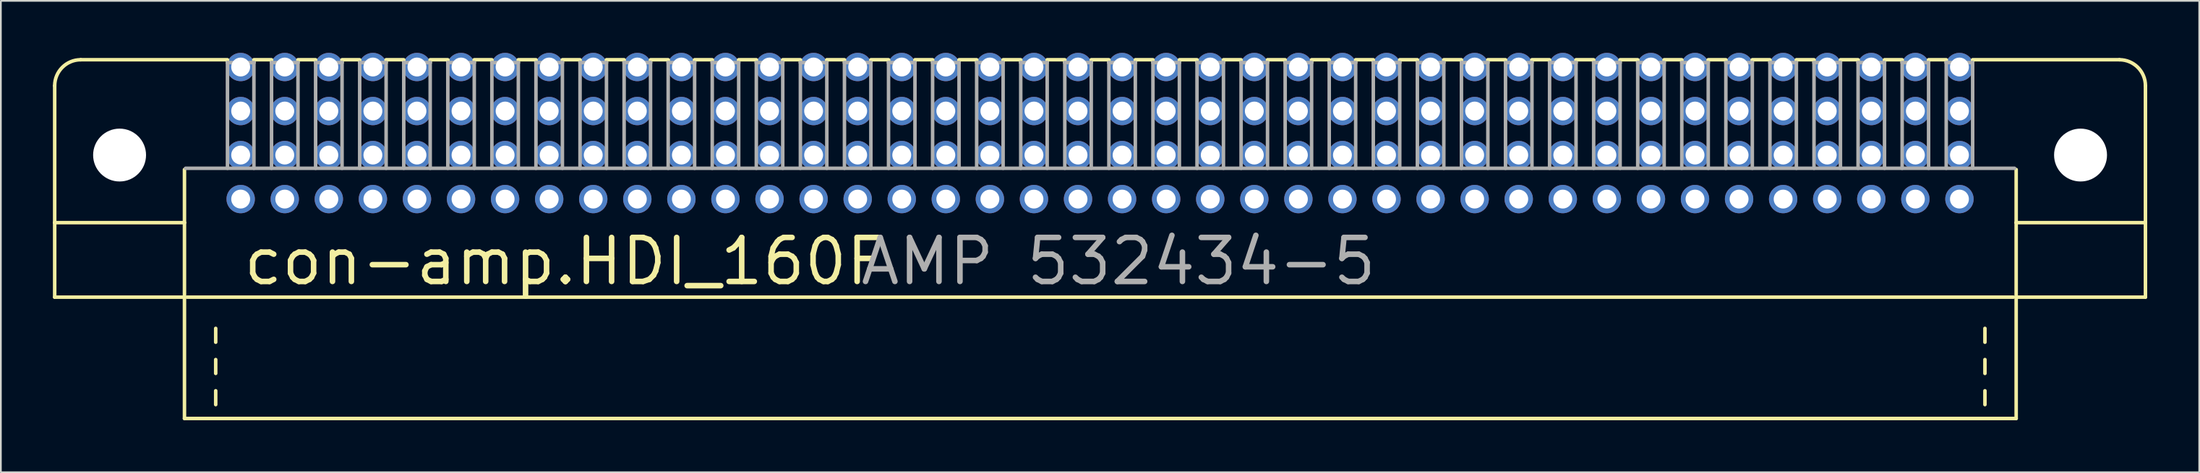
<source format=kicad_pcb>
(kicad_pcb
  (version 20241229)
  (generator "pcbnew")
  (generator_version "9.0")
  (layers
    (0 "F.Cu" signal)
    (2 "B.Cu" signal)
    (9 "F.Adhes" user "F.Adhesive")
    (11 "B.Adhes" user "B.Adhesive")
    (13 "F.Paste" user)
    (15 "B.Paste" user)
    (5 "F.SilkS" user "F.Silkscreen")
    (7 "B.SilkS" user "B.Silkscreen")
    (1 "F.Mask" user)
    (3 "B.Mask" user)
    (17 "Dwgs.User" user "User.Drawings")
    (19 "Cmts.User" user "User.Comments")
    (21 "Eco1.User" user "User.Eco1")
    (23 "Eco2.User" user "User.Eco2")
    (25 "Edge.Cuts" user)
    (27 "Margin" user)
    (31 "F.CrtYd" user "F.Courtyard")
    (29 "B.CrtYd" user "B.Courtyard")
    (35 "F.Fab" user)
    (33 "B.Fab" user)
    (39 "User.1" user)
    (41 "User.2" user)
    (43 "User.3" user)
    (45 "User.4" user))
  (footprint "con-amp.HDI_160F"
    (layer "F.Cu")
    (at 60.352 5.897)
    (property "Reference" "con-amp.HDI_160F" (at -49.53 7.62 0) (layer "F.SilkS") (effects (font (size 2.54 2.54) (thickness 0.32)) (justify left bottom)))
    (attr through_hole)
    (fp_line (start -60.25 3.9) (end -60.25 -4) (stroke (width 0.203) (type default)) (layer "F.SilkS"))
    (fp_line (start -60.25 8.2) (end -60.25 3.9) (stroke (width 0.203) (type default)) (layer "F.SilkS"))
    (fp_line (start -58.75 -5.5) (end -50.292 -5.5) (stroke (width 0.203) (type default)) (layer "F.SilkS"))
    (fp_line (start -52.77 3.9) (end -60.25 3.9) (stroke (width 0.203) (type default)) (layer "F.SilkS"))
    (fp_line (start -52.77 3.9) (end -52.77 0.834) (stroke (width 0.203) (type default)) (layer "F.SilkS"))
    (fp_line (start -52.77 8.2) (end -60.25 8.2) (stroke (width 0.203) (type default)) (layer "F.SilkS"))
    (fp_line (start -52.77 8.2) (end -52.77 3.9) (stroke (width 0.203) (type default)) (layer "F.SilkS"))
    (fp_line (start -52.77 15.2) (end -52.77 8.2) (stroke (width 0.203) (type default)) (layer "F.SilkS"))
    (fp_line (start -50.97 10.8) (end -50.97 10) (stroke (width 0.203) (type default)) (layer "F.SilkS"))
    (fp_line (start -50.97 12.6) (end -50.97 11.8) (stroke (width 0.203) (type default)) (layer "F.SilkS"))
    (fp_line (start -50.97 14.4) (end -50.97 13.6) (stroke (width 0.203) (type default)) (layer "F.SilkS"))
    (fp_line (start -50.292 -5.461) (end -50.292 -5.334) (stroke (width 0.203) (type default)) (layer "F.SilkS"))
    (fp_line (start -48.768 -5.5) (end -47.752 -5.5) (stroke (width 0.203) (type default)) (layer "F.SilkS"))
    (fp_line (start -48.768 -5.334) (end -48.768 -5.461) (stroke (width 0.203) (type default)) (layer "F.SilkS"))
    (fp_line (start -47.752 -5.461) (end -47.752 -5.334) (stroke (width 0.203) (type default)) (layer "F.SilkS"))
    (fp_line (start -46.228 -5.5) (end -45.212 -5.5) (stroke (width 0.203) (type default)) (layer "F.SilkS"))
    (fp_line (start -46.228 -5.334) (end -46.228 -5.461) (stroke (width 0.203) (type default)) (layer "F.SilkS"))
    (fp_line (start -45.212 -5.461) (end -45.212 -5.334) (stroke (width 0.203) (type default)) (layer "F.SilkS"))
    (fp_line (start -43.688 -5.5) (end -42.672 -5.5) (stroke (width 0.203) (type default)) (layer "F.SilkS"))
    (fp_line (start -43.688 -5.334) (end -43.688 -5.461) (stroke (width 0.203) (type default)) (layer "F.SilkS"))
    (fp_line (start -42.672 -5.461) (end -42.672 -5.334) (stroke (width 0.203) (type default)) (layer "F.SilkS"))
    (fp_line (start -41.148 -5.5) (end -40.132 -5.5) (stroke (width 0.203) (type default)) (layer "F.SilkS"))
    (fp_line (start -41.148 -5.334) (end -41.148 -5.461) (stroke (width 0.203) (type default)) (layer "F.SilkS"))
    (fp_line (start -40.132 -5.461) (end -40.132 -5.334) (stroke (width 0.203) (type default)) (layer "F.SilkS"))
    (fp_line (start -38.608 -5.5) (end -37.592 -5.5) (stroke (width 0.203) (type default)) (layer "F.SilkS"))
    (fp_line (start -38.608 -5.334) (end -38.608 -5.461) (stroke (width 0.203) (type default)) (layer "F.SilkS"))
    (fp_line (start -37.592 -5.461) (end -37.592 -5.334) (stroke (width 0.203) (type default)) (layer "F.SilkS"))
    (fp_line (start -36.068 -5.5) (end -35.052 -5.5) (stroke (width 0.203) (type default)) (layer "F.SilkS"))
    (fp_line (start -36.068 -5.334) (end -36.068 -5.461) (stroke (width 0.203) (type default)) (layer "F.SilkS"))
    (fp_line (start -35.052 -5.461) (end -35.052 -5.334) (stroke (width 0.203) (type default)) (layer "F.SilkS"))
    (fp_line (start -33.528 -5.5) (end -32.512 -5.5) (stroke (width 0.203) (type default)) (layer "F.SilkS"))
    (fp_line (start -33.528 -5.334) (end -33.528 -5.461) (stroke (width 0.203) (type default)) (layer "F.SilkS"))
    (fp_line (start -32.512 -5.461) (end -32.512 -5.334) (stroke (width 0.203) (type default)) (layer "F.SilkS"))
    (fp_line (start -30.988 -5.5) (end -29.972 -5.5) (stroke (width 0.203) (type default)) (layer "F.SilkS"))
    (fp_line (start -30.988 -5.334) (end -30.988 -5.461) (stroke (width 0.203) (type default)) (layer "F.SilkS"))
    (fp_line (start -29.972 -5.461) (end -29.972 -5.334) (stroke (width 0.203) (type default)) (layer "F.SilkS"))
    (fp_line (start -28.448 -5.5) (end -27.432 -5.5) (stroke (width 0.203) (type default)) (layer "F.SilkS"))
    (fp_line (start -28.448 -5.334) (end -28.448 -5.461) (stroke (width 0.203) (type default)) (layer "F.SilkS"))
    (fp_line (start -27.432 -5.461) (end -27.432 -5.334) (stroke (width 0.203) (type default)) (layer "F.SilkS"))
    (fp_line (start -25.908 -5.5) (end -24.892 -5.5) (stroke (width 0.203) (type default)) (layer "F.SilkS"))
    (fp_line (start -25.908 -5.334) (end -25.908 -5.461) (stroke (width 0.203) (type default)) (layer "F.SilkS"))
    (fp_line (start -24.892 -5.461) (end -24.892 -5.334) (stroke (width 0.203) (type default)) (layer "F.SilkS"))
    (fp_line (start -23.368 -5.5) (end -22.352 -5.5) (stroke (width 0.203) (type default)) (layer "F.SilkS"))
    (fp_line (start -23.368 -5.334) (end -23.368 -5.461) (stroke (width 0.203) (type default)) (layer "F.SilkS"))
    (fp_line (start -22.352 -5.461) (end -22.352 -5.334) (stroke (width 0.203) (type default)) (layer "F.SilkS"))
    (fp_line (start -20.828 -5.5) (end -19.812 -5.5) (stroke (width 0.203) (type default)) (layer "F.SilkS"))
    (fp_line (start -20.828 -5.334) (end -20.828 -5.461) (stroke (width 0.203) (type default)) (layer "F.SilkS"))
    (fp_line (start -19.812 -5.461) (end -19.812 -5.334) (stroke (width 0.203) (type default)) (layer "F.SilkS"))
    (fp_line (start -18.288 -5.5) (end -17.272 -5.5) (stroke (width 0.203) (type default)) (layer "F.SilkS"))
    (fp_line (start -18.288 -5.334) (end -18.288 -5.461) (stroke (width 0.203) (type default)) (layer "F.SilkS"))
    (fp_line (start -17.272 -5.461) (end -17.272 -5.334) (stroke (width 0.203) (type default)) (layer "F.SilkS"))
    (fp_line (start -15.748 -5.5) (end -14.732 -5.5) (stroke (width 0.203) (type default)) (layer "F.SilkS"))
    (fp_line (start -15.748 -5.334) (end -15.748 -5.461) (stroke (width 0.203) (type default)) (layer "F.SilkS"))
    (fp_line (start -14.732 -5.461) (end -14.732 -5.334) (stroke (width 0.203) (type default)) (layer "F.SilkS"))
    (fp_line (start -13.208 -5.5) (end -12.192 -5.5) (stroke (width 0.203) (type default)) (layer "F.SilkS"))
    (fp_line (start -13.208 -5.334) (end -13.208 -5.461) (stroke (width 0.203) (type default)) (layer "F.SilkS"))
    (fp_line (start -12.192 -5.461) (end -12.192 -5.334) (stroke (width 0.203) (type default)) (layer "F.SilkS"))
    (fp_line (start -10.668 -5.5) (end -9.652 -5.5) (stroke (width 0.203) (type default)) (layer "F.SilkS"))
    (fp_line (start -10.668 -5.334) (end -10.668 -5.461) (stroke (width 0.203) (type default)) (layer "F.SilkS"))
    (fp_line (start -9.652 -5.461) (end -9.652 -5.334) (stroke (width 0.203) (type default)) (layer "F.SilkS"))
    (fp_line (start -8.128 -5.5) (end -7.112 -5.5) (stroke (width 0.203) (type default)) (layer "F.SilkS"))
    (fp_line (start -8.128 -5.334) (end -8.128 -5.461) (stroke (width 0.203) (type default)) (layer "F.SilkS"))
    (fp_line (start -7.112 -5.461) (end -7.112 -5.334) (stroke (width 0.203) (type default)) (layer "F.SilkS"))
    (fp_line (start -5.588 -5.5) (end -4.572 -5.5) (stroke (width 0.203) (type default)) (layer "F.SilkS"))
    (fp_line (start -5.588 -5.334) (end -5.588 -5.461) (stroke (width 0.203) (type default)) (layer "F.SilkS"))
    (fp_line (start -4.572 -5.461) (end -4.572 -5.334) (stroke (width 0.203) (type default)) (layer "F.SilkS"))
    (fp_line (start -3.048 -5.5) (end -2.032 -5.5) (stroke (width 0.203) (type default)) (layer "F.SilkS"))
    (fp_line (start -3.048 -5.334) (end -3.048 -5.461) (stroke (width 0.203) (type default)) (layer "F.SilkS"))
    (fp_line (start -2.032 -5.461) (end -2.032 -5.334) (stroke (width 0.203) (type default)) (layer "F.SilkS"))
    (fp_line (start -0.508 -5.5) (end 0.508 -5.5) (stroke (width 0.203) (type default)) (layer "F.SilkS"))
    (fp_line (start -0.508 -5.334) (end -0.508 -5.461) (stroke (width 0.203) (type default)) (layer "F.SilkS"))
    (fp_line (start 0.508 -5.461) (end 0.508 -5.334) (stroke (width 0.203) (type default)) (layer "F.SilkS"))
    (fp_line (start 2.032 -5.5) (end 3.048 -5.5) (stroke (width 0.203) (type default)) (layer "F.SilkS"))
    (fp_line (start 2.032 -5.334) (end 2.032 -5.461) (stroke (width 0.203) (type default)) (layer "F.SilkS"))
    (fp_line (start 3.048 -5.461) (end 3.048 -5.334) (stroke (width 0.203) (type default)) (layer "F.SilkS"))
    (fp_line (start 4.572 -5.5) (end 5.588 -5.5) (stroke (width 0.203) (type default)) (layer "F.SilkS"))
    (fp_line (start 4.572 -5.334) (end 4.572 -5.461) (stroke (width 0.203) (type default)) (layer "F.SilkS"))
    (fp_line (start 5.588 -5.461) (end 5.588 -5.334) (stroke (width 0.203) (type default)) (layer "F.SilkS"))
    (fp_line (start 7.112 -5.5) (end 8.128 -5.5) (stroke (width 0.203) (type default)) (layer "F.SilkS"))
    (fp_line (start 7.112 -5.334) (end 7.112 -5.461) (stroke (width 0.203) (type default)) (layer "F.SilkS"))
    (fp_line (start 8.128 -5.461) (end 8.128 -5.334) (stroke (width 0.203) (type default)) (layer "F.SilkS"))
    (fp_line (start 9.652 -5.5) (end 10.668 -5.5) (stroke (width 0.203) (type default)) (layer "F.SilkS"))
    (fp_line (start 9.652 -5.334) (end 9.652 -5.461) (stroke (width 0.203) (type default)) (layer "F.SilkS"))
    (fp_line (start 10.668 -5.461) (end 10.668 -5.334) (stroke (width 0.203) (type default)) (layer "F.SilkS"))
    (fp_line (start 12.192 -5.5) (end 13.208 -5.5) (stroke (width 0.203) (type default)) (layer "F.SilkS"))
    (fp_line (start 12.192 -5.334) (end 12.192 -5.461) (stroke (width 0.203) (type default)) (layer "F.SilkS"))
    (fp_line (start 13.208 -5.461) (end 13.208 -5.334) (stroke (width 0.203) (type default)) (layer "F.SilkS"))
    (fp_line (start 14.732 -5.5) (end 15.748 -5.5) (stroke (width 0.203) (type default)) (layer "F.SilkS"))
    (fp_line (start 14.732 -5.334) (end 14.732 -5.461) (stroke (width 0.203) (type default)) (layer "F.SilkS"))
    (fp_line (start 15.748 -5.461) (end 15.748 -5.334) (stroke (width 0.203) (type default)) (layer "F.SilkS"))
    (fp_line (start 17.272 -5.5) (end 18.288 -5.5) (stroke (width 0.203) (type default)) (layer "F.SilkS"))
    (fp_line (start 17.272 -5.334) (end 17.272 -5.461) (stroke (width 0.203) (type default)) (layer "F.SilkS"))
    (fp_line (start 18.288 -5.461) (end 18.288 -5.334) (stroke (width 0.203) (type default)) (layer "F.SilkS"))
    (fp_line (start 19.812 -5.5) (end 20.828 -5.5) (stroke (width 0.203) (type default)) (layer "F.SilkS"))
    (fp_line (start 19.812 -5.334) (end 19.812 -5.461) (stroke (width 0.203) (type default)) (layer "F.SilkS"))
    (fp_line (start 20.828 -5.461) (end 20.828 -5.334) (stroke (width 0.203) (type default)) (layer "F.SilkS"))
    (fp_line (start 22.352 -5.5) (end 23.368 -5.5) (stroke (width 0.203) (type default)) (layer "F.SilkS"))
    (fp_line (start 22.352 -5.334) (end 22.352 -5.461) (stroke (width 0.203) (type default)) (layer "F.SilkS"))
    (fp_line (start 23.368 -5.461) (end 23.368 -5.334) (stroke (width 0.203) (type default)) (layer "F.SilkS"))
    (fp_line (start 24.892 -5.5) (end 25.908 -5.5) (stroke (width 0.203) (type default)) (layer "F.SilkS"))
    (fp_line (start 24.892 -5.334) (end 24.892 -5.461) (stroke (width 0.203) (type default)) (layer "F.SilkS"))
    (fp_line (start 25.908 -5.461) (end 25.908 -5.334) (stroke (width 0.203) (type default)) (layer "F.SilkS"))
    (fp_line (start 27.432 -5.5) (end 28.448 -5.5) (stroke (width 0.203) (type default)) (layer "F.SilkS"))
    (fp_line (start 27.432 -5.334) (end 27.432 -5.461) (stroke (width 0.203) (type default)) (layer "F.SilkS"))
    (fp_line (start 28.448 -5.461) (end 28.448 -5.334) (stroke (width 0.203) (type default)) (layer "F.SilkS"))
    (fp_line (start 29.972 -5.5) (end 30.988 -5.5) (stroke (width 0.203) (type default)) (layer "F.SilkS"))
    (fp_line (start 29.972 -5.334) (end 29.972 -5.461) (stroke (width 0.203) (type default)) (layer "F.SilkS"))
    (fp_line (start 30.988 -5.461) (end 30.988 -5.334) (stroke (width 0.203) (type default)) (layer "F.SilkS"))
    (fp_line (start 32.512 -5.5) (end 33.528 -5.5) (stroke (width 0.203) (type default)) (layer "F.SilkS"))
    (fp_line (start 32.512 -5.334) (end 32.512 -5.461) (stroke (width 0.203) (type default)) (layer "F.SilkS"))
    (fp_line (start 33.528 -5.461) (end 33.528 -5.334) (stroke (width 0.203) (type default)) (layer "F.SilkS"))
    (fp_line (start 35.052 -5.5) (end 36.068 -5.5) (stroke (width 0.203) (type default)) (layer "F.SilkS"))
    (fp_line (start 35.052 -5.334) (end 35.052 -5.461) (stroke (width 0.203) (type default)) (layer "F.SilkS"))
    (fp_line (start 36.068 -5.461) (end 36.068 -5.334) (stroke (width 0.203) (type default)) (layer "F.SilkS"))
    (fp_line (start 37.592 -5.5) (end 38.608 -5.5) (stroke (width 0.203) (type default)) (layer "F.SilkS"))
    (fp_line (start 37.592 -5.334) (end 37.592 -5.461) (stroke (width 0.203) (type default)) (layer "F.SilkS"))
    (fp_line (start 38.608 -5.461) (end 38.608 -5.334) (stroke (width 0.203) (type default)) (layer "F.SilkS"))
    (fp_line (start 40.132 -5.5) (end 41.148 -5.5) (stroke (width 0.203) (type default)) (layer "F.SilkS"))
    (fp_line (start 40.132 -5.334) (end 40.132 -5.461) (stroke (width 0.203) (type default)) (layer "F.SilkS"))
    (fp_line (start 41.148 -5.461) (end 41.148 -5.334) (stroke (width 0.203) (type default)) (layer "F.SilkS"))
    (fp_line (start 42.672 -5.5) (end 43.688 -5.5) (stroke (width 0.203) (type default)) (layer "F.SilkS"))
    (fp_line (start 42.672 -5.334) (end 42.672 -5.461) (stroke (width 0.203) (type default)) (layer "F.SilkS"))
    (fp_line (start 43.688 -5.461) (end 43.688 -5.334) (stroke (width 0.203) (type default)) (layer "F.SilkS"))
    (fp_line (start 45.212 -5.5) (end 46.228 -5.5) (stroke (width 0.203) (type default)) (layer "F.SilkS"))
    (fp_line (start 45.212 -5.334) (end 45.212 -5.461) (stroke (width 0.203) (type default)) (layer "F.SilkS"))
    (fp_line (start 46.228 -5.461) (end 46.228 -5.334) (stroke (width 0.203) (type default)) (layer "F.SilkS"))
    (fp_line (start 47.752 -5.5) (end 48.768 -5.5) (stroke (width 0.203) (type default)) (layer "F.SilkS"))
    (fp_line (start 47.752 -5.334) (end 47.752 -5.461) (stroke (width 0.203) (type default)) (layer "F.SilkS"))
    (fp_line (start 48.768 -5.461) (end 48.768 -5.334) (stroke (width 0.203) (type default)) (layer "F.SilkS"))
    (fp_line (start 50.292 -5.5) (end 58.75 -5.5) (stroke (width 0.203) (type default)) (layer "F.SilkS"))
    (fp_line (start 50.292 -5.334) (end 50.292 -5.461) (stroke (width 0.203) (type default)) (layer "F.SilkS"))
    (fp_line (start 51 10.8) (end 51 10) (stroke (width 0.203) (type default)) (layer "F.SilkS"))
    (fp_line (start 51 12.6) (end 51 11.8) (stroke (width 0.203) (type default)) (layer "F.SilkS"))
    (fp_line (start 51 14.4) (end 51 13.6) (stroke (width 0.203) (type default)) (layer "F.SilkS"))
    (fp_line (start 52.64 8.2) (end -52.63 8.2) (stroke (width 0.203) (type default)) (layer "F.SilkS"))
    (fp_line (start 52.8 0.834) (end 52.8 3.9) (stroke (width 0.203) (type default)) (layer "F.SilkS"))
    (fp_line (start 52.8 3.9) (end 52.8 8.2) (stroke (width 0.203) (type default)) (layer "F.SilkS"))
    (fp_line (start 52.8 8.2) (end 52.8 15.2) (stroke (width 0.203) (type default)) (layer "F.SilkS"))
    (fp_line (start 52.8 15.2) (end -52.77 15.2) (stroke (width 0.203) (type default)) (layer "F.SilkS"))
    (fp_line (start 60.25 -4) (end 60.25 3.9) (stroke (width 0.203) (type default)) (layer "F.SilkS"))
    (fp_line (start 60.25 3.9) (end 52.8 3.9) (stroke (width 0.203) (type default)) (layer "F.SilkS"))
    (fp_line (start 60.25 3.9) (end 60.25 8.2) (stroke (width 0.203) (type default)) (layer "F.SilkS"))
    (fp_line (start 60.25 8.2) (end 52.8 8.2) (stroke (width 0.203) (type default)) (layer "F.SilkS"))
    (fp_arc (start -60.25 -4) (mid -59.810596 -5.060766) (end -58.7498 -5.5001) (stroke (width 0.2032) (type default)) (layer "F.SilkS"))
    (fp_arc (start 58.75 -5.5) (mid 59.810731 -5.060631) (end 60.2501 -3.9999) (stroke (width 0.2032) (type default)) (layer "F.SilkS"))
    (fp_line (start -52.705 0.762) (end 52.705 0.762) (stroke (width 0.203) (type default)) (layer "F.Fab"))
    (fp_line (start -50.292 -5.334) (end -50.292 0.762) (stroke (width 0.203) (type default)) (layer "F.Fab"))
    (fp_line (start -50.292 -5.334) (end -48.768 -5.334) (stroke (width 0.203) (type default)) (layer "F.Fab"))
    (fp_line (start -48.768 0.762) (end -48.768 -5.334) (stroke (width 0.203) (type default)) (layer "F.Fab"))
    (fp_line (start -47.752 -5.334) (end -47.752 0.762) (stroke (width 0.203) (type default)) (layer "F.Fab"))
    (fp_line (start -47.752 -5.334) (end -46.228 -5.334) (stroke (width 0.203) (type default)) (layer "F.Fab"))
    (fp_line (start -46.228 0.762) (end -46.228 -5.334) (stroke (width 0.203) (type default)) (layer "F.Fab"))
    (fp_line (start -45.212 -5.334) (end -45.212 0.762) (stroke (width 0.203) (type default)) (layer "F.Fab"))
    (fp_line (start -45.212 -5.334) (end -43.688 -5.334) (stroke (width 0.203) (type default)) (layer "F.Fab"))
    (fp_line (start -43.688 0.762) (end -43.688 -5.334) (stroke (width 0.203) (type default)) (layer "F.Fab"))
    (fp_line (start -42.672 -5.334) (end -42.672 0.762) (stroke (width 0.203) (type default)) (layer "F.Fab"))
    (fp_line (start -42.672 -5.334) (end -41.148 -5.334) (stroke (width 0.203) (type default)) (layer "F.Fab"))
    (fp_line (start -41.148 0.762) (end -41.148 -5.334) (stroke (width 0.203) (type default)) (layer "F.Fab"))
    (fp_line (start -40.132 -5.334) (end -40.132 0.762) (stroke (width 0.203) (type default)) (layer "F.Fab"))
    (fp_line (start -40.132 -5.334) (end -38.608 -5.334) (stroke (width 0.203) (type default)) (layer "F.Fab"))
    (fp_line (start -38.608 0.762) (end -38.608 -5.334) (stroke (width 0.203) (type default)) (layer "F.Fab"))
    (fp_line (start -37.592 -5.334) (end -37.592 0.762) (stroke (width 0.203) (type default)) (layer "F.Fab"))
    (fp_line (start -37.592 -5.334) (end -36.068 -5.334) (stroke (width 0.203) (type default)) (layer "F.Fab"))
    (fp_line (start -36.068 0.762) (end -36.068 -5.334) (stroke (width 0.203) (type default)) (layer "F.Fab"))
    (fp_line (start -35.052 -5.334) (end -35.052 0.762) (stroke (width 0.203) (type default)) (layer "F.Fab"))
    (fp_line (start -35.052 -5.334) (end -33.528 -5.334) (stroke (width 0.203) (type default)) (layer "F.Fab"))
    (fp_line (start -33.528 0.762) (end -33.528 -5.334) (stroke (width 0.203) (type default)) (layer "F.Fab"))
    (fp_line (start -32.512 -5.334) (end -32.512 0.762) (stroke (width 0.203) (type default)) (layer "F.Fab"))
    (fp_line (start -32.512 -5.334) (end -30.988 -5.334) (stroke (width 0.203) (type default)) (layer "F.Fab"))
    (fp_line (start -30.988 0.762) (end -30.988 -5.334) (stroke (width 0.203) (type default)) (layer "F.Fab"))
    (fp_line (start -29.972 -5.334) (end -29.972 0.762) (stroke (width 0.203) (type default)) (layer "F.Fab"))
    (fp_line (start -29.972 -5.334) (end -28.448 -5.334) (stroke (width 0.203) (type default)) (layer "F.Fab"))
    (fp_line (start -28.448 0.762) (end -28.448 -5.334) (stroke (width 0.203) (type default)) (layer "F.Fab"))
    (fp_line (start -27.432 -5.334) (end -27.432 0.762) (stroke (width 0.203) (type default)) (layer "F.Fab"))
    (fp_line (start -27.432 -5.334) (end -25.908 -5.334) (stroke (width 0.203) (type default)) (layer "F.Fab"))
    (fp_line (start -25.908 0.762) (end -25.908 -5.334) (stroke (width 0.203) (type default)) (layer "F.Fab"))
    (fp_line (start -24.892 -5.334) (end -24.892 0.762) (stroke (width 0.203) (type default)) (layer "F.Fab"))
    (fp_line (start -24.892 -5.334) (end -23.368 -5.334) (stroke (width 0.203) (type default)) (layer "F.Fab"))
    (fp_line (start -23.368 0.762) (end -23.368 -5.334) (stroke (width 0.203) (type default)) (layer "F.Fab"))
    (fp_line (start -22.352 -5.334) (end -22.352 0.762) (stroke (width 0.203) (type default)) (layer "F.Fab"))
    (fp_line (start -22.352 -5.334) (end -20.828 -5.334) (stroke (width 0.203) (type default)) (layer "F.Fab"))
    (fp_line (start -20.828 0.762) (end -20.828 -5.334) (stroke (width 0.203) (type default)) (layer "F.Fab"))
    (fp_line (start -19.812 -5.334) (end -19.812 0.762) (stroke (width 0.203) (type default)) (layer "F.Fab"))
    (fp_line (start -19.812 -5.334) (end -18.288 -5.334) (stroke (width 0.203) (type default)) (layer "F.Fab"))
    (fp_line (start -18.288 0.762) (end -18.288 -5.334) (stroke (width 0.203) (type default)) (layer "F.Fab"))
    (fp_line (start -17.272 -5.334) (end -17.272 0.762) (stroke (width 0.203) (type default)) (layer "F.Fab"))
    (fp_line (start -17.272 -5.334) (end -15.748 -5.334) (stroke (width 0.203) (type default)) (layer "F.Fab"))
    (fp_line (start -15.748 0.762) (end -15.748 -5.334) (stroke (width 0.203) (type default)) (layer "F.Fab"))
    (fp_line (start -14.732 -5.334) (end -14.732 0.762) (stroke (width 0.203) (type default)) (layer "F.Fab"))
    (fp_line (start -14.732 -5.334) (end -13.208 -5.334) (stroke (width 0.203) (type default)) (layer "F.Fab"))
    (fp_line (start -13.208 0.762) (end -13.208 -5.334) (stroke (width 0.203) (type default)) (layer "F.Fab"))
    (fp_line (start -12.192 -5.334) (end -12.192 0.762) (stroke (width 0.203) (type default)) (layer "F.Fab"))
    (fp_line (start -12.192 -5.334) (end -10.668 -5.334) (stroke (width 0.203) (type default)) (layer "F.Fab"))
    (fp_line (start -10.668 0.762) (end -10.668 -5.334) (stroke (width 0.203) (type default)) (layer "F.Fab"))
    (fp_line (start -9.652 -5.334) (end -9.652 0.762) (stroke (width 0.203) (type default)) (layer "F.Fab"))
    (fp_line (start -9.652 -5.334) (end -8.128 -5.334) (stroke (width 0.203) (type default)) (layer "F.Fab"))
    (fp_line (start -8.128 0.762) (end -8.128 -5.334) (stroke (width 0.203) (type default)) (layer "F.Fab"))
    (fp_line (start -7.112 -5.334) (end -7.112 0.762) (stroke (width 0.203) (type default)) (layer "F.Fab"))
    (fp_line (start -7.112 -5.334) (end -5.588 -5.334) (stroke (width 0.203) (type default)) (layer "F.Fab"))
    (fp_line (start -5.588 0.762) (end -5.588 -5.334) (stroke (width 0.203) (type default)) (layer "F.Fab"))
    (fp_line (start -4.572 -5.334) (end -4.572 0.762) (stroke (width 0.203) (type default)) (layer "F.Fab"))
    (fp_line (start -4.572 -5.334) (end -3.048 -5.334) (stroke (width 0.203) (type default)) (layer "F.Fab"))
    (fp_line (start -3.048 0.762) (end -3.048 -5.334) (stroke (width 0.203) (type default)) (layer "F.Fab"))
    (fp_line (start -2.032 -5.334) (end -2.032 0.762) (stroke (width 0.203) (type default)) (layer "F.Fab"))
    (fp_line (start -2.032 -5.334) (end -0.508 -5.334) (stroke (width 0.203) (type default)) (layer "F.Fab"))
    (fp_line (start -0.508 0.762) (end -0.508 -5.334) (stroke (width 0.203) (type default)) (layer "F.Fab"))
    (fp_line (start 0.508 -5.334) (end 0.508 0.762) (stroke (width 0.203) (type default)) (layer "F.Fab"))
    (fp_line (start 0.508 -5.334) (end 2.032 -5.334) (stroke (width 0.203) (type default)) (layer "F.Fab"))
    (fp_line (start 2.032 0.762) (end 2.032 -5.334) (stroke (width 0.203) (type default)) (layer "F.Fab"))
    (fp_line (start 3.048 -5.334) (end 3.048 0.762) (stroke (width 0.203) (type default)) (layer "F.Fab"))
    (fp_line (start 3.048 -5.334) (end 4.572 -5.334) (stroke (width 0.203) (type default)) (layer "F.Fab"))
    (fp_line (start 4.572 0.762) (end 4.572 -5.334) (stroke (width 0.203) (type default)) (layer "F.Fab"))
    (fp_line (start 5.588 -5.334) (end 5.588 0.762) (stroke (width 0.203) (type default)) (layer "F.Fab"))
    (fp_line (start 5.588 -5.334) (end 7.112 -5.334) (stroke (width 0.203) (type default)) (layer "F.Fab"))
    (fp_line (start 7.112 0.762) (end 7.112 -5.334) (stroke (width 0.203) (type default)) (layer "F.Fab"))
    (fp_line (start 8.128 -5.334) (end 8.128 0.762) (stroke (width 0.203) (type default)) (layer "F.Fab"))
    (fp_line (start 8.128 -5.334) (end 9.652 -5.334) (stroke (width 0.203) (type default)) (layer "F.Fab"))
    (fp_line (start 9.652 0.762) (end 9.652 -5.334) (stroke (width 0.203) (type default)) (layer "F.Fab"))
    (fp_line (start 10.668 -5.334) (end 10.668 0.762) (stroke (width 0.203) (type default)) (layer "F.Fab"))
    (fp_line (start 10.668 -5.334) (end 12.192 -5.334) (stroke (width 0.203) (type default)) (layer "F.Fab"))
    (fp_line (start 12.192 0.762) (end 12.192 -5.334) (stroke (width 0.203) (type default)) (layer "F.Fab"))
    (fp_line (start 13.208 -5.334) (end 13.208 0.762) (stroke (width 0.203) (type default)) (layer "F.Fab"))
    (fp_line (start 13.208 -5.334) (end 14.732 -5.334) (stroke (width 0.203) (type default)) (layer "F.Fab"))
    (fp_line (start 14.732 0.762) (end 14.732 -5.334) (stroke (width 0.203) (type default)) (layer "F.Fab"))
    (fp_line (start 15.748 -5.334) (end 15.748 0.762) (stroke (width 0.203) (type default)) (layer "F.Fab"))
    (fp_line (start 15.748 -5.334) (end 17.272 -5.334) (stroke (width 0.203) (type default)) (layer "F.Fab"))
    (fp_line (start 17.272 0.762) (end 17.272 -5.334) (stroke (width 0.203) (type default)) (layer "F.Fab"))
    (fp_line (start 18.288 -5.334) (end 18.288 0.762) (stroke (width 0.203) (type default)) (layer "F.Fab"))
    (fp_line (start 18.288 -5.334) (end 19.812 -5.334) (stroke (width 0.203) (type default)) (layer "F.Fab"))
    (fp_line (start 19.812 0.762) (end 19.812 -5.334) (stroke (width 0.203) (type default)) (layer "F.Fab"))
    (fp_line (start 20.828 -5.334) (end 20.828 0.762) (stroke (width 0.203) (type default)) (layer "F.Fab"))
    (fp_line (start 20.828 -5.334) (end 22.352 -5.334) (stroke (width 0.203) (type default)) (layer "F.Fab"))
    (fp_line (start 22.352 0.762) (end 22.352 -5.334) (stroke (width 0.203) (type default)) (layer "F.Fab"))
    (fp_line (start 23.368 -5.334) (end 23.368 0.762) (stroke (width 0.203) (type default)) (layer "F.Fab"))
    (fp_line (start 23.368 -5.334) (end 24.892 -5.334) (stroke (width 0.203) (type default)) (layer "F.Fab"))
    (fp_line (start 24.892 0.762) (end 24.892 -5.334) (stroke (width 0.203) (type default)) (layer "F.Fab"))
    (fp_line (start 25.908 -5.334) (end 25.908 0.762) (stroke (width 0.203) (type default)) (layer "F.Fab"))
    (fp_line (start 25.908 -5.334) (end 27.432 -5.334) (stroke (width 0.203) (type default)) (layer "F.Fab"))
    (fp_line (start 27.432 0.762) (end 27.432 -5.334) (stroke (width 0.203) (type default)) (layer "F.Fab"))
    (fp_line (start 28.448 -5.334) (end 28.448 0.762) (stroke (width 0.203) (type default)) (layer "F.Fab"))
    (fp_line (start 28.448 -5.334) (end 29.972 -5.334) (stroke (width 0.203) (type default)) (layer "F.Fab"))
    (fp_line (start 29.972 0.762) (end 29.972 -5.334) (stroke (width 0.203) (type default)) (layer "F.Fab"))
    (fp_line (start 30.988 -5.334) (end 30.988 0.762) (stroke (width 0.203) (type default)) (layer "F.Fab"))
    (fp_line (start 30.988 -5.334) (end 32.512 -5.334) (stroke (width 0.203) (type default)) (layer "F.Fab"))
    (fp_line (start 32.512 0.762) (end 32.512 -5.334) (stroke (width 0.203) (type default)) (layer "F.Fab"))
    (fp_line (start 33.528 -5.334) (end 33.528 0.762) (stroke (width 0.203) (type default)) (layer "F.Fab"))
    (fp_line (start 33.528 -5.334) (end 35.052 -5.334) (stroke (width 0.203) (type default)) (layer "F.Fab"))
    (fp_line (start 35.052 0.762) (end 35.052 -5.334) (stroke (width 0.203) (type default)) (layer "F.Fab"))
    (fp_line (start 36.068 -5.334) (end 36.068 0.762) (stroke (width 0.203) (type default)) (layer "F.Fab"))
    (fp_line (start 36.068 -5.334) (end 37.592 -5.334) (stroke (width 0.203) (type default)) (layer "F.Fab"))
    (fp_line (start 37.592 0.762) (end 37.592 -5.334) (stroke (width 0.203) (type default)) (layer "F.Fab"))
    (fp_line (start 38.608 -5.334) (end 38.608 0.762) (stroke (width 0.203) (type default)) (layer "F.Fab"))
    (fp_line (start 38.608 -5.334) (end 40.132 -5.334) (stroke (width 0.203) (type default)) (layer "F.Fab"))
    (fp_line (start 40.132 0.762) (end 40.132 -5.334) (stroke (width 0.203) (type default)) (layer "F.Fab"))
    (fp_line (start 41.148 -5.334) (end 41.148 0.762) (stroke (width 0.203) (type default)) (layer "F.Fab"))
    (fp_line (start 41.148 -5.334) (end 42.672 -5.334) (stroke (width 0.203) (type default)) (layer "F.Fab"))
    (fp_line (start 42.672 0.762) (end 42.672 -5.334) (stroke (width 0.203) (type default)) (layer "F.Fab"))
    (fp_line (start 43.688 -5.334) (end 43.688 0.762) (stroke (width 0.203) (type default)) (layer "F.Fab"))
    (fp_line (start 43.688 -5.334) (end 45.212 -5.334) (stroke (width 0.203) (type default)) (layer "F.Fab"))
    (fp_line (start 45.212 0.762) (end 45.212 -5.334) (stroke (width 0.203) (type default)) (layer "F.Fab"))
    (fp_line (start 46.228 -5.334) (end 46.228 0.762) (stroke (width 0.203) (type default)) (layer "F.Fab"))
    (fp_line (start 46.228 -5.334) (end 47.752 -5.334) (stroke (width 0.203) (type default)) (layer "F.Fab"))
    (fp_line (start 47.752 0.762) (end 47.752 -5.334) (stroke (width 0.203) (type default)) (layer "F.Fab"))
    (fp_line (start 48.768 -5.334) (end 48.768 0.762) (stroke (width 0.203) (type default)) (layer "F.Fab"))
    (fp_line (start 48.768 -5.334) (end 50.292 -5.334) (stroke (width 0.203) (type default)) (layer "F.Fab"))
    (fp_line (start 50.292 0.762) (end 50.292 -5.334) (stroke (width 0.203) (type default)) (layer "F.Fab"))
    (fp_text user "AMP 532434-5" (at -13.97 7.62 0) (layer "F.Fab") (effects (font (size 2.54 2.54) (thickness 0.32)) (justify left bottom)))
    (pad "" np_thru_hole circle (at -56.51 0) (size 3.05 3.05) (drill 3.05) (layers "*.Cu" "*.Mask"))
    (pad "" np_thru_hole circle (at 56.51 0) (size 3.05 3.05) (drill 3.05) (layers "*.Cu" "*.Mask"))
    (pad "A1" thru_hole circle (at 49.53 2.54) (size 1.635 1.635) (drill 1.09) (layers "*.Cu" "*.Mask"))
    (pad "A2" thru_hole circle (at 46.99 2.54) (size 1.635 1.635) (drill 1.09) (layers "*.Cu" "*.Mask"))
    (pad "A3" thru_hole circle (at 44.45 2.54) (size 1.635 1.635) (drill 1.09) (layers "*.Cu" "*.Mask"))
    (pad "A4" thru_hole circle (at 41.91 2.54) (size 1.635 1.635) (drill 1.09) (layers "*.Cu" "*.Mask"))
    (pad "A5" thru_hole circle (at 39.37 2.54) (size 1.635 1.635) (drill 1.09) (layers "*.Cu" "*.Mask"))
    (pad "A6" thru_hole circle (at 36.83 2.54) (size 1.635 1.635) (drill 1.09) (layers "*.Cu" "*.Mask"))
    (pad "A7" thru_hole circle (at 34.29 2.54) (size 1.635 1.635) (drill 1.09) (layers "*.Cu" "*.Mask"))
    (pad "A8" thru_hole circle (at 31.75 2.54) (size 1.635 1.635) (drill 1.09) (layers "*.Cu" "*.Mask"))
    (pad "A9" thru_hole circle (at 29.21 2.54) (size 1.635 1.635) (drill 1.09) (layers "*.Cu" "*.Mask"))
    (pad "A10" thru_hole circle (at 26.67 2.54) (size 1.635 1.635) (drill 1.09) (layers "*.Cu" "*.Mask"))
    (pad "A11" thru_hole circle (at 24.13 2.54) (size 1.635 1.635) (drill 1.09) (layers "*.Cu" "*.Mask"))
    (pad "A12" thru_hole circle (at 21.59 2.54) (size 1.635 1.635) (drill 1.09) (layers "*.Cu" "*.Mask"))
    (pad "A13" thru_hole circle (at 19.05 2.54) (size 1.635 1.635) (drill 1.09) (layers "*.Cu" "*.Mask"))
    (pad "A14" thru_hole circle (at 16.51 2.54) (size 1.635 1.635) (drill 1.09) (layers "*.Cu" "*.Mask"))
    (pad "A15" thru_hole circle (at 13.97 2.54) (size 1.635 1.635) (drill 1.09) (layers "*.Cu" "*.Mask"))
    (pad "A16" thru_hole circle (at 11.43 2.54) (size 1.635 1.635) (drill 1.09) (layers "*.Cu" "*.Mask"))
    (pad "A17" thru_hole circle (at 8.89 2.54) (size 1.635 1.635) (drill 1.09) (layers "*.Cu" "*.Mask"))
    (pad "A18" thru_hole circle (at 6.35 2.54) (size 1.635 1.635) (drill 1.09) (layers "*.Cu" "*.Mask"))
    (pad "A19" thru_hole circle (at 3.81 2.54) (size 1.635 1.635) (drill 1.09) (layers "*.Cu" "*.Mask"))
    (pad "A20" thru_hole circle (at 1.27 2.54) (size 1.635 1.635) (drill 1.09) (layers "*.Cu" "*.Mask"))
    (pad "A21" thru_hole circle (at -1.27 2.54) (size 1.635 1.635) (drill 1.09) (layers "*.Cu" "*.Mask"))
    (pad "A22" thru_hole circle (at -3.81 2.54) (size 1.635 1.635) (drill 1.09) (layers "*.Cu" "*.Mask"))
    (pad "A23" thru_hole circle (at -6.35 2.54) (size 1.635 1.635) (drill 1.09) (layers "*.Cu" "*.Mask"))
    (pad "A24" thru_hole circle (at -8.89 2.54) (size 1.635 1.635) (drill 1.09) (layers "*.Cu" "*.Mask"))
    (pad "A25" thru_hole circle (at -11.43 2.54) (size 1.635 1.635) (drill 1.09) (layers "*.Cu" "*.Mask"))
    (pad "A26" thru_hole circle (at -13.97 2.54) (size 1.635 1.635) (drill 1.09) (layers "*.Cu" "*.Mask"))
    (pad "A27" thru_hole circle (at -16.51 2.54) (size 1.635 1.635) (drill 1.09) (layers "*.Cu" "*.Mask"))
    (pad "A28" thru_hole circle (at -19.05 2.54) (size 1.635 1.635) (drill 1.09) (layers "*.Cu" "*.Mask"))
    (pad "A29" thru_hole circle (at -21.59 2.54) (size 1.635 1.635) (drill 1.09) (layers "*.Cu" "*.Mask"))
    (pad "A30" thru_hole circle (at -24.13 2.54) (size 1.635 1.635) (drill 1.09) (layers "*.Cu" "*.Mask"))
    (pad "A31" thru_hole circle (at -26.67 2.54) (size 1.635 1.635) (drill 1.09) (layers "*.Cu" "*.Mask"))
    (pad "A32" thru_hole circle (at -29.21 2.54) (size 1.635 1.635) (drill 1.09) (layers "*.Cu" "*.Mask"))
    (pad "A33" thru_hole circle (at -31.75 2.54) (size 1.635 1.635) (drill 1.09) (layers "*.Cu" "*.Mask"))
    (pad "A34" thru_hole circle (at -34.29 2.54) (size 1.635 1.635) (drill 1.09) (layers "*.Cu" "*.Mask"))
    (pad "A35" thru_hole circle (at -36.83 2.54) (size 1.635 1.635) (drill 1.09) (layers "*.Cu" "*.Mask"))
    (pad "A36" thru_hole circle (at -39.37 2.54) (size 1.635 1.635) (drill 1.09) (layers "*.Cu" "*.Mask"))
    (pad "A37" thru_hole circle (at -41.91 2.54) (size 1.635 1.635) (drill 1.09) (layers "*.Cu" "*.Mask"))
    (pad "A38" thru_hole circle (at -44.45 2.54) (size 1.635 1.635) (drill 1.09) (layers "*.Cu" "*.Mask"))
    (pad "A39" thru_hole circle (at -46.99 2.54) (size 1.635 1.635) (drill 1.09) (layers "*.Cu" "*.Mask"))
    (pad "A40" thru_hole circle (at -49.53 2.54) (size 1.635 1.635) (drill 1.09) (layers "*.Cu" "*.Mask"))
    (pad "B1" thru_hole circle (at 49.53 0) (size 1.635 1.635) (drill 1.09) (layers "*.Cu" "*.Mask"))
    (pad "B2" thru_hole circle (at 46.99 0) (size 1.635 1.635) (drill 1.09) (layers "*.Cu" "*.Mask"))
    (pad "B3" thru_hole circle (at 44.45 0) (size 1.635 1.635) (drill 1.09) (layers "*.Cu" "*.Mask"))
    (pad "B4" thru_hole circle (at 41.91 0) (size 1.635 1.635) (drill 1.09) (layers "*.Cu" "*.Mask"))
    (pad "B5" thru_hole circle (at 39.37 0) (size 1.635 1.635) (drill 1.09) (layers "*.Cu" "*.Mask"))
    (pad "B6" thru_hole circle (at 36.83 0) (size 1.635 1.635) (drill 1.09) (layers "*.Cu" "*.Mask"))
    (pad "B7" thru_hole circle (at 34.29 0) (size 1.635 1.635) (drill 1.09) (layers "*.Cu" "*.Mask"))
    (pad "B8" thru_hole circle (at 31.75 0) (size 1.635 1.635) (drill 1.09) (layers "*.Cu" "*.Mask"))
    (pad "B9" thru_hole circle (at 29.21 0) (size 1.635 1.635) (drill 1.09) (layers "*.Cu" "*.Mask"))
    (pad "B10" thru_hole circle (at 26.67 0) (size 1.635 1.635) (drill 1.09) (layers "*.Cu" "*.Mask"))
    (pad "B11" thru_hole circle (at 24.13 0) (size 1.635 1.635) (drill 1.09) (layers "*.Cu" "*.Mask"))
    (pad "B12" thru_hole circle (at 21.59 0) (size 1.635 1.635) (drill 1.09) (layers "*.Cu" "*.Mask"))
    (pad "B13" thru_hole circle (at 19.05 0) (size 1.635 1.635) (drill 1.09) (layers "*.Cu" "*.Mask"))
    (pad "B14" thru_hole circle (at 16.51 0) (size 1.635 1.635) (drill 1.09) (layers "*.Cu" "*.Mask"))
    (pad "B15" thru_hole circle (at 13.97 0) (size 1.635 1.635) (drill 1.09) (layers "*.Cu" "*.Mask"))
    (pad "B16" thru_hole circle (at 11.43 0) (size 1.635 1.635) (drill 1.09) (layers "*.Cu" "*.Mask"))
    (pad "B17" thru_hole circle (at 8.89 0) (size 1.635 1.635) (drill 1.09) (layers "*.Cu" "*.Mask"))
    (pad "B18" thru_hole circle (at 6.35 0) (size 1.635 1.635) (drill 1.09) (layers "*.Cu" "*.Mask"))
    (pad "B19" thru_hole circle (at 3.81 0) (size 1.635 1.635) (drill 1.09) (layers "*.Cu" "*.Mask"))
    (pad "B20" thru_hole circle (at 1.27 0) (size 1.635 1.635) (drill 1.09) (layers "*.Cu" "*.Mask"))
    (pad "B21" thru_hole circle (at -1.27 0) (size 1.635 1.635) (drill 1.09) (layers "*.Cu" "*.Mask"))
    (pad "B22" thru_hole circle (at -3.81 0) (size 1.635 1.635) (drill 1.09) (layers "*.Cu" "*.Mask"))
    (pad "B23" thru_hole circle (at -6.35 0) (size 1.635 1.635) (drill 1.09) (layers "*.Cu" "*.Mask"))
    (pad "B24" thru_hole circle (at -8.89 0) (size 1.635 1.635) (drill 1.09) (layers "*.Cu" "*.Mask"))
    (pad "B25" thru_hole circle (at -11.43 0) (size 1.635 1.635) (drill 1.09) (layers "*.Cu" "*.Mask"))
    (pad "B26" thru_hole circle (at -13.97 0) (size 1.635 1.635) (drill 1.09) (layers "*.Cu" "*.Mask"))
    (pad "B27" thru_hole circle (at -16.51 0) (size 1.635 1.635) (drill 1.09) (layers "*.Cu" "*.Mask"))
    (pad "B28" thru_hole circle (at -19.05 0) (size 1.635 1.635) (drill 1.09) (layers "*.Cu" "*.Mask"))
    (pad "B29" thru_hole circle (at -21.59 0) (size 1.635 1.635) (drill 1.09) (layers "*.Cu" "*.Mask"))
    (pad "B30" thru_hole circle (at -24.13 0) (size 1.635 1.635) (drill 1.09) (layers "*.Cu" "*.Mask"))
    (pad "B31" thru_hole circle (at -26.67 0) (size 1.635 1.635) (drill 1.09) (layers "*.Cu" "*.Mask"))
    (pad "B32" thru_hole circle (at -29.21 0) (size 1.635 1.635) (drill 1.09) (layers "*.Cu" "*.Mask"))
    (pad "B33" thru_hole circle (at -31.75 0) (size 1.635 1.635) (drill 1.09) (layers "*.Cu" "*.Mask"))
    (pad "B34" thru_hole circle (at -34.29 0) (size 1.635 1.635) (drill 1.09) (layers "*.Cu" "*.Mask"))
    (pad "B35" thru_hole circle (at -36.83 0) (size 1.635 1.635) (drill 1.09) (layers "*.Cu" "*.Mask"))
    (pad "B36" thru_hole circle (at -39.37 0) (size 1.635 1.635) (drill 1.09) (layers "*.Cu" "*.Mask"))
    (pad "B37" thru_hole circle (at -41.91 0) (size 1.635 1.635) (drill 1.09) (layers "*.Cu" "*.Mask"))
    (pad "B38" thru_hole circle (at -44.45 0) (size 1.635 1.635) (drill 1.09) (layers "*.Cu" "*.Mask"))
    (pad "B39" thru_hole circle (at -46.99 0) (size 1.635 1.635) (drill 1.09) (layers "*.Cu" "*.Mask"))
    (pad "B40" thru_hole circle (at -49.53 0) (size 1.635 1.635) (drill 1.09) (layers "*.Cu" "*.Mask"))
    (pad "C1" thru_hole circle (at 49.53 -2.54) (size 1.635 1.635) (drill 1.09) (layers "*.Cu" "*.Mask"))
    (pad "C2" thru_hole circle (at 46.99 -2.54) (size 1.635 1.635) (drill 1.09) (layers "*.Cu" "*.Mask"))
    (pad "C3" thru_hole circle (at 44.45 -2.54) (size 1.635 1.635) (drill 1.09) (layers "*.Cu" "*.Mask"))
    (pad "C4" thru_hole circle (at 41.91 -2.54) (size 1.635 1.635) (drill 1.09) (layers "*.Cu" "*.Mask"))
    (pad "C5" thru_hole circle (at 39.37 -2.54) (size 1.635 1.635) (drill 1.09) (layers "*.Cu" "*.Mask"))
    (pad "C6" thru_hole circle (at 36.83 -2.54) (size 1.635 1.635) (drill 1.09) (layers "*.Cu" "*.Mask"))
    (pad "C7" thru_hole circle (at 34.29 -2.54) (size 1.635 1.635) (drill 1.09) (layers "*.Cu" "*.Mask"))
    (pad "C8" thru_hole circle (at 31.75 -2.54) (size 1.635 1.635) (drill 1.09) (layers "*.Cu" "*.Mask"))
    (pad "C9" thru_hole circle (at 29.21 -2.54) (size 1.635 1.635) (drill 1.09) (layers "*.Cu" "*.Mask"))
    (pad "C10" thru_hole circle (at 26.67 -2.54) (size 1.635 1.635) (drill 1.09) (layers "*.Cu" "*.Mask"))
    (pad "C11" thru_hole circle (at 24.13 -2.54) (size 1.635 1.635) (drill 1.09) (layers "*.Cu" "*.Mask"))
    (pad "C12" thru_hole circle (at 21.59 -2.54) (size 1.635 1.635) (drill 1.09) (layers "*.Cu" "*.Mask"))
    (pad "C13" thru_hole circle (at 19.05 -2.54) (size 1.635 1.635) (drill 1.09) (layers "*.Cu" "*.Mask"))
    (pad "C14" thru_hole circle (at 16.51 -2.54) (size 1.635 1.635) (drill 1.09) (layers "*.Cu" "*.Mask"))
    (pad "C15" thru_hole circle (at 13.97 -2.54) (size 1.635 1.635) (drill 1.09) (layers "*.Cu" "*.Mask"))
    (pad "C16" thru_hole circle (at 11.43 -2.54) (size 1.635 1.635) (drill 1.09) (layers "*.Cu" "*.Mask"))
    (pad "C17" thru_hole circle (at 8.89 -2.54) (size 1.635 1.635) (drill 1.09) (layers "*.Cu" "*.Mask"))
    (pad "C18" thru_hole circle (at 6.35 -2.54) (size 1.635 1.635) (drill 1.09) (layers "*.Cu" "*.Mask"))
    (pad "C19" thru_hole circle (at 3.81 -2.54) (size 1.635 1.635) (drill 1.09) (layers "*.Cu" "*.Mask"))
    (pad "C20" thru_hole circle (at 1.27 -2.54) (size 1.635 1.635) (drill 1.09) (layers "*.Cu" "*.Mask"))
    (pad "C21" thru_hole circle (at -1.27 -2.54) (size 1.635 1.635) (drill 1.09) (layers "*.Cu" "*.Mask"))
    (pad "C22" thru_hole circle (at -3.81 -2.54) (size 1.635 1.635) (drill 1.09) (layers "*.Cu" "*.Mask"))
    (pad "C23" thru_hole circle (at -6.35 -2.54) (size 1.635 1.635) (drill 1.09) (layers "*.Cu" "*.Mask"))
    (pad "C24" thru_hole circle (at -8.89 -2.54) (size 1.635 1.635) (drill 1.09) (layers "*.Cu" "*.Mask"))
    (pad "C25" thru_hole circle (at -11.43 -2.54) (size 1.635 1.635) (drill 1.09) (layers "*.Cu" "*.Mask"))
    (pad "C26" thru_hole circle (at -13.97 -2.54) (size 1.635 1.635) (drill 1.09) (layers "*.Cu" "*.Mask"))
    (pad "C27" thru_hole circle (at -16.51 -2.54) (size 1.635 1.635) (drill 1.09) (layers "*.Cu" "*.Mask"))
    (pad "C28" thru_hole circle (at -19.05 -2.54) (size 1.635 1.635) (drill 1.09) (layers "*.Cu" "*.Mask"))
    (pad "C29" thru_hole circle (at -21.59 -2.54) (size 1.635 1.635) (drill 1.09) (layers "*.Cu" "*.Mask"))
    (pad "C30" thru_hole circle (at -24.13 -2.54) (size 1.635 1.635) (drill 1.09) (layers "*.Cu" "*.Mask"))
    (pad "C31" thru_hole circle (at -26.67 -2.54) (size 1.635 1.635) (drill 1.09) (layers "*.Cu" "*.Mask"))
    (pad "C32" thru_hole circle (at -29.21 -2.54) (size 1.635 1.635) (drill 1.09) (layers "*.Cu" "*.Mask"))
    (pad "C33" thru_hole circle (at -31.75 -2.54) (size 1.635 1.635) (drill 1.09) (layers "*.Cu" "*.Mask"))
    (pad "C34" thru_hole circle (at -34.29 -2.54) (size 1.635 1.635) (drill 1.09) (layers "*.Cu" "*.Mask"))
    (pad "C35" thru_hole circle (at -36.83 -2.54) (size 1.635 1.635) (drill 1.09) (layers "*.Cu" "*.Mask"))
    (pad "C36" thru_hole circle (at -39.37 -2.54) (size 1.635 1.635) (drill 1.09) (layers "*.Cu" "*.Mask"))
    (pad "C37" thru_hole circle (at -41.91 -2.54) (size 1.635 1.635) (drill 1.09) (layers "*.Cu" "*.Mask"))
    (pad "C38" thru_hole circle (at -44.45 -2.54) (size 1.635 1.635) (drill 1.09) (layers "*.Cu" "*.Mask"))
    (pad "C39" thru_hole circle (at -46.99 -2.54) (size 1.635 1.635) (drill 1.09) (layers "*.Cu" "*.Mask"))
    (pad "C40" thru_hole circle (at -49.53 -2.54) (size 1.635 1.635) (drill 1.09) (layers "*.Cu" "*.Mask"))
    (pad "D1" thru_hole circle (at 49.53 -5.08) (size 1.635 1.635) (drill 1.09) (layers "*.Cu" "*.Mask"))
    (pad "D2" thru_hole circle (at 46.99 -5.08) (size 1.635 1.635) (drill 1.09) (layers "*.Cu" "*.Mask"))
    (pad "D3" thru_hole circle (at 44.45 -5.08) (size 1.635 1.635) (drill 1.09) (layers "*.Cu" "*.Mask"))
    (pad "D4" thru_hole circle (at 41.91 -5.08) (size 1.635 1.635) (drill 1.09) (layers "*.Cu" "*.Mask"))
    (pad "D5" thru_hole circle (at 39.37 -5.08) (size 1.635 1.635) (drill 1.09) (layers "*.Cu" "*.Mask"))
    (pad "D6" thru_hole circle (at 36.83 -5.08) (size 1.635 1.635) (drill 1.09) (layers "*.Cu" "*.Mask"))
    (pad "D7" thru_hole circle (at 34.29 -5.08) (size 1.635 1.635) (drill 1.09) (layers "*.Cu" "*.Mask"))
    (pad "D8" thru_hole circle (at 31.75 -5.08) (size 1.635 1.635) (drill 1.09) (layers "*.Cu" "*.Mask"))
    (pad "D9" thru_hole circle (at 29.21 -5.08) (size 1.635 1.635) (drill 1.09) (layers "*.Cu" "*.Mask"))
    (pad "D10" thru_hole circle (at 26.67 -5.08) (size 1.635 1.635) (drill 1.09) (layers "*.Cu" "*.Mask"))
    (pad "D11" thru_hole circle (at 24.13 -5.08) (size 1.635 1.635) (drill 1.09) (layers "*.Cu" "*.Mask"))
    (pad "D12" thru_hole circle (at 21.59 -5.08) (size 1.635 1.635) (drill 1.09) (layers "*.Cu" "*.Mask"))
    (pad "D13" thru_hole circle (at 19.05 -5.08) (size 1.635 1.635) (drill 1.09) (layers "*.Cu" "*.Mask"))
    (pad "D14" thru_hole circle (at 16.51 -5.08) (size 1.635 1.635) (drill 1.09) (layers "*.Cu" "*.Mask"))
    (pad "D15" thru_hole circle (at 13.97 -5.08) (size 1.635 1.635) (drill 1.09) (layers "*.Cu" "*.Mask"))
    (pad "D16" thru_hole circle (at 11.43 -5.08) (size 1.635 1.635) (drill 1.09) (layers "*.Cu" "*.Mask"))
    (pad "D17" thru_hole circle (at 8.89 -5.08) (size 1.635 1.635) (drill 1.09) (layers "*.Cu" "*.Mask"))
    (pad "D18" thru_hole circle (at 6.35 -5.08) (size 1.635 1.635) (drill 1.09) (layers "*.Cu" "*.Mask"))
    (pad "D19" thru_hole circle (at 3.81 -5.08) (size 1.635 1.635) (drill 1.09) (layers "*.Cu" "*.Mask"))
    (pad "D20" thru_hole circle (at 1.27 -5.08) (size 1.635 1.635) (drill 1.09) (layers "*.Cu" "*.Mask"))
    (pad "D21" thru_hole circle (at -1.27 -5.08) (size 1.635 1.635) (drill 1.09) (layers "*.Cu" "*.Mask"))
    (pad "D22" thru_hole circle (at -3.81 -5.08) (size 1.635 1.635) (drill 1.09) (layers "*.Cu" "*.Mask"))
    (pad "D23" thru_hole circle (at -6.35 -5.08) (size 1.635 1.635) (drill 1.09) (layers "*.Cu" "*.Mask"))
    (pad "D24" thru_hole circle (at -8.89 -5.08) (size 1.635 1.635) (drill 1.09) (layers "*.Cu" "*.Mask"))
    (pad "D25" thru_hole circle (at -11.43 -5.08) (size 1.635 1.635) (drill 1.09) (layers "*.Cu" "*.Mask"))
    (pad "D26" thru_hole circle (at -13.97 -5.08) (size 1.635 1.635) (drill 1.09) (layers "*.Cu" "*.Mask"))
    (pad "D27" thru_hole circle (at -16.51 -5.08) (size 1.635 1.635) (drill 1.09) (layers "*.Cu" "*.Mask"))
    (pad "D28" thru_hole circle (at -19.05 -5.08) (size 1.635 1.635) (drill 1.09) (layers "*.Cu" "*.Mask"))
    (pad "D29" thru_hole circle (at -21.59 -5.08) (size 1.635 1.635) (drill 1.09) (layers "*.Cu" "*.Mask"))
    (pad "D30" thru_hole circle (at -24.13 -5.08) (size 1.635 1.635) (drill 1.09) (layers "*.Cu" "*.Mask"))
    (pad "D31" thru_hole circle (at -26.67 -5.08) (size 1.635 1.635) (drill 1.09) (layers "*.Cu" "*.Mask"))
    (pad "D32" thru_hole circle (at -29.21 -5.08) (size 1.635 1.635) (drill 1.09) (layers "*.Cu" "*.Mask"))
    (pad "D33" thru_hole circle (at -31.75 -5.08) (size 1.635 1.635) (drill 1.09) (layers "*.Cu" "*.Mask"))
    (pad "D34" thru_hole circle (at -34.29 -5.08) (size 1.635 1.635) (drill 1.09) (layers "*.Cu" "*.Mask"))
    (pad "D35" thru_hole circle (at -36.83 -5.08) (size 1.635 1.635) (drill 1.09) (layers "*.Cu" "*.Mask"))
    (pad "D36" thru_hole circle (at -39.37 -5.08) (size 1.635 1.635) (drill 1.09) (layers "*.Cu" "*.Mask"))
    (pad "D37" thru_hole circle (at -41.91 -5.08) (size 1.635 1.635) (drill 1.09) (layers "*.Cu" "*.Mask"))
    (pad "D38" thru_hole circle (at -44.45 -5.08) (size 1.635 1.635) (drill 1.09) (layers "*.Cu" "*.Mask"))
    (pad "D39" thru_hole circle (at -46.99 -5.08) (size 1.635 1.635) (drill 1.09) (layers "*.Cu" "*.Mask"))
    (pad "D40" thru_hole circle (at -49.53 -5.08) (size 1.635 1.635) (drill 1.09) (layers "*.Cu" "*.Mask")))
  (gr_rect
    (start -3 -3)
    (end 123.703 24.199)
    (stroke (width 0.1) (type default))
    (fill no)
    (layer "Edge.Cuts")))
</source>
